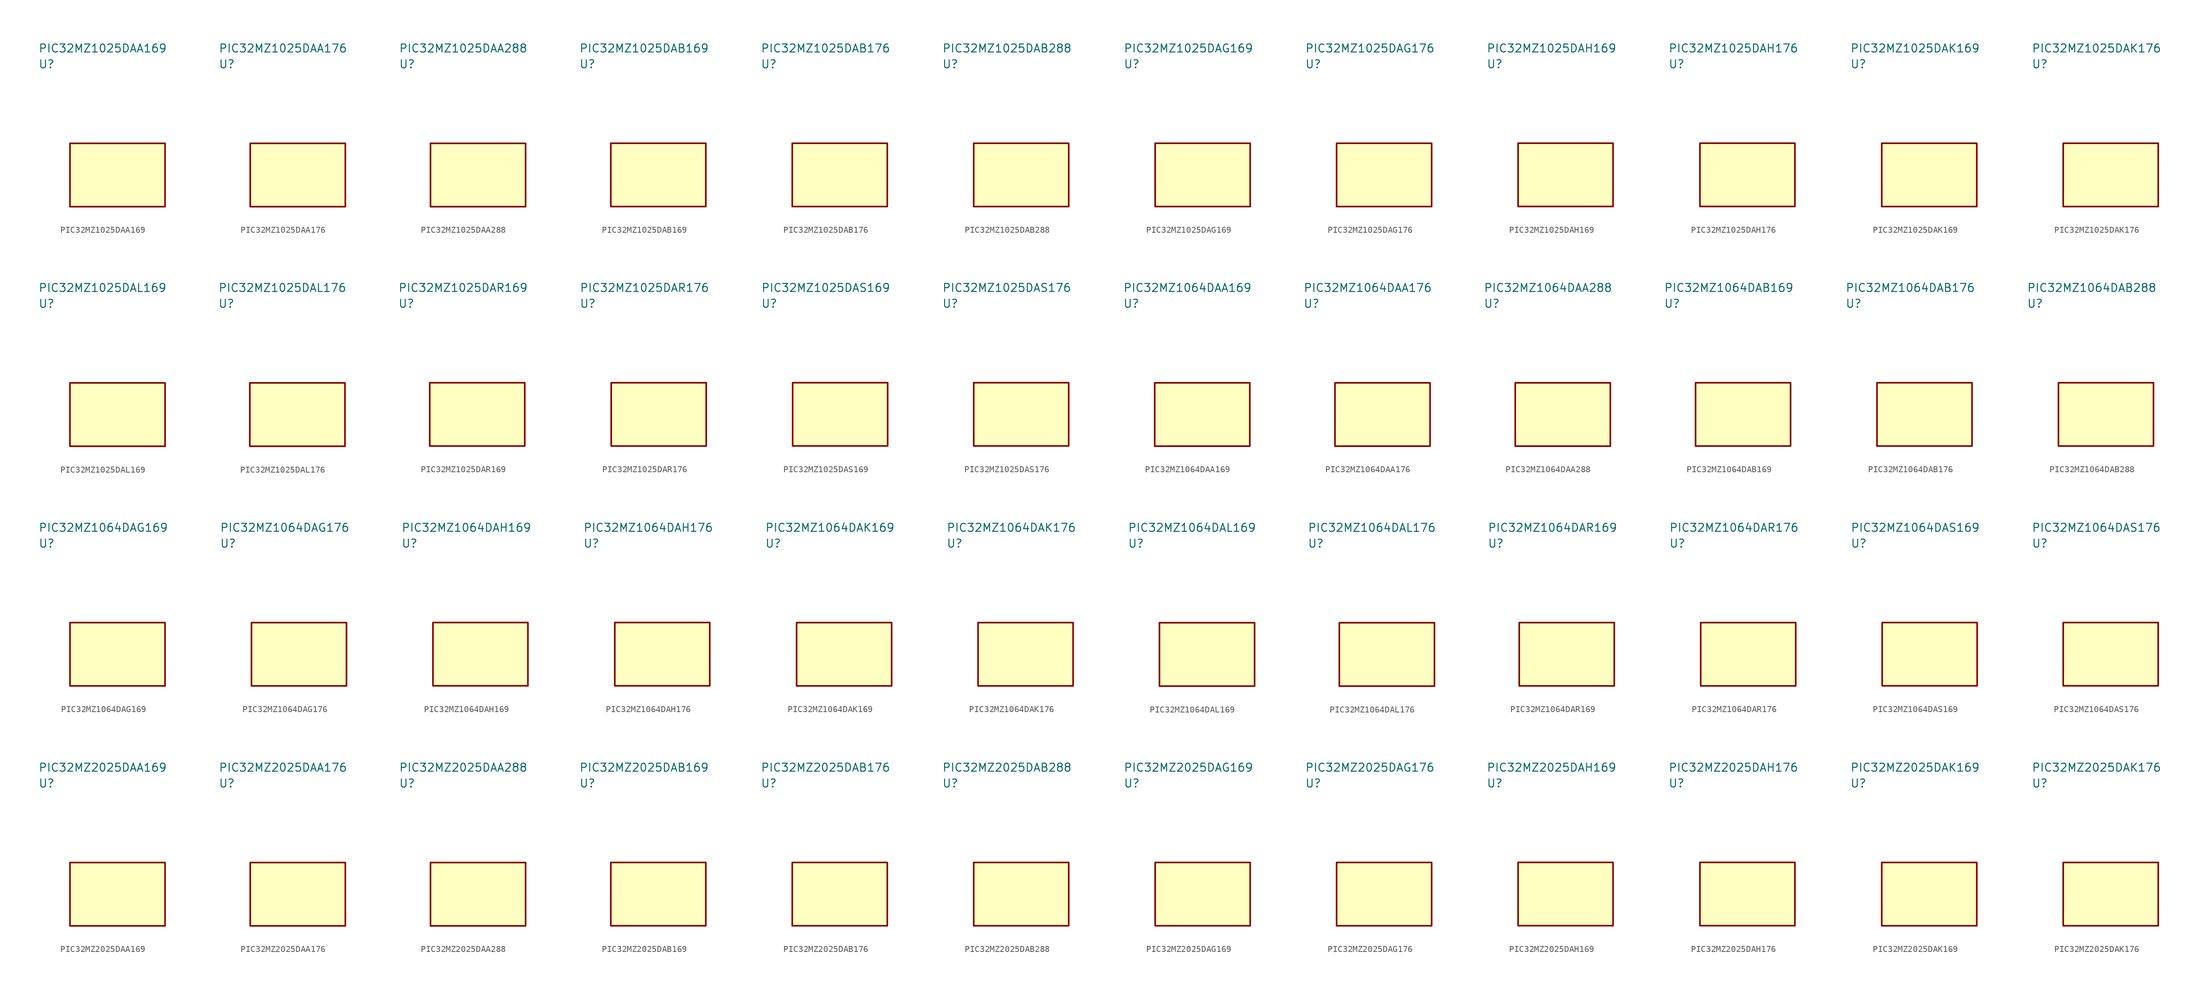
<source format=kicad_sym>
(kicad_symbol_lib
  (version 20241025)
  (generator "kicad_symbol_editor")
  (generator_version "8.0")
  (symbol "PIC32MZ1025DAA169"
    (property "Reference" "U"
      (at -12.5 17.5 0)
      (effects (font (size 1.27 1.27)) (justify left)))
    (property "Value" "PIC32MZ1025DAA169"
      (at -12.5 20.0 0)
      (effects (font (size 1.27 1.27)) (justify left)))
    (symbol "PIC32MZ1025DAA169_0_1"
      (rectangle (start -7.5 5.0) (end 7.5 -5.0) (stroke (width 0.254) (type default)) (fill (type background))))
    (symbol "PIC32MZ1025DAA169_1_1"))
  (symbol "PIC32MZ1025DAA176"
    (property "Reference" "U"
      (at -12.5 17.5 0)
      (effects (font (size 1.27 1.27)) (justify left)))
    (property "Value" "PIC32MZ1025DAA176"
      (at -12.5 20.0 0)
      (effects (font (size 1.27 1.27)) (justify left)))
    (symbol "PIC32MZ1025DAA176_0_1"
      (rectangle (start -7.5 5.0) (end 7.5 -5.0) (stroke (width 0.254) (type default)) (fill (type background))))
    (symbol "PIC32MZ1025DAA176_1_1"))
  (symbol "PIC32MZ1025DAA288"
    (property "Reference" "U"
      (at -12.5 17.5 0)
      (effects (font (size 1.27 1.27)) (justify left)))
    (property "Value" "PIC32MZ1025DAA288"
      (at -12.5 20.0 0)
      (effects (font (size 1.27 1.27)) (justify left)))
    (symbol "PIC32MZ1025DAA288_0_1"
      (rectangle (start -7.5 5.0) (end 7.5 -5.0) (stroke (width 0.254) (type default)) (fill (type background))))
    (symbol "PIC32MZ1025DAA288_1_1"))
  (symbol "PIC32MZ1025DAB169"
    (property "Reference" "U"
      (at -12.5 17.5 0)
      (effects (font (size 1.27 1.27)) (justify left)))
    (property "Value" "PIC32MZ1025DAB169"
      (at -12.5 20.0 0)
      (effects (font (size 1.27 1.27)) (justify left)))
    (symbol "PIC32MZ1025DAB169_0_1"
      (rectangle (start -7.5 5.0) (end 7.5 -5.0) (stroke (width 0.254) (type default)) (fill (type background))))
    (symbol "PIC32MZ1025DAB169_1_1"))
  (symbol "PIC32MZ1025DAB176"
    (property "Reference" "U"
      (at -12.5 17.5 0)
      (effects (font (size 1.27 1.27)) (justify left)))
    (property "Value" "PIC32MZ1025DAB176"
      (at -12.5 20.0 0)
      (effects (font (size 1.27 1.27)) (justify left)))
    (symbol "PIC32MZ1025DAB176_0_1"
      (rectangle (start -7.5 5.0) (end 7.5 -5.0) (stroke (width 0.254) (type default)) (fill (type background))))
    (symbol "PIC32MZ1025DAB176_1_1"))
  (symbol "PIC32MZ1025DAB288"
    (property "Reference" "U"
      (at -12.5 17.5 0)
      (effects (font (size 1.27 1.27)) (justify left)))
    (property "Value" "PIC32MZ1025DAB288"
      (at -12.5 20.0 0)
      (effects (font (size 1.27 1.27)) (justify left)))
    (symbol "PIC32MZ1025DAB288_0_1"
      (rectangle (start -7.5 5.0) (end 7.5 -5.0) (stroke (width 0.254) (type default)) (fill (type background))))
    (symbol "PIC32MZ1025DAB288_1_1"))
  (symbol "PIC32MZ1025DAG169"
    (property "Reference" "U"
      (at -12.5 17.5 0)
      (effects (font (size 1.27 1.27)) (justify left)))
    (property "Value" "PIC32MZ1025DAG169"
      (at -12.5 20.0 0)
      (effects (font (size 1.27 1.27)) (justify left)))
    (symbol "PIC32MZ1025DAG169_0_1"
      (rectangle (start -7.5 5.0) (end 7.5 -5.0) (stroke (width 0.254) (type default)) (fill (type background))))
    (symbol "PIC32MZ1025DAG169_1_1"))
  (symbol "PIC32MZ1025DAG176"
    (property "Reference" "U"
      (at -12.5 17.5 0)
      (effects (font (size 1.27 1.27)) (justify left)))
    (property "Value" "PIC32MZ1025DAG176"
      (at -12.5 20.0 0)
      (effects (font (size 1.27 1.27)) (justify left)))
    (symbol "PIC32MZ1025DAG176_0_1"
      (rectangle (start -7.5 5.0) (end 7.5 -5.0) (stroke (width 0.254) (type default)) (fill (type background))))
    (symbol "PIC32MZ1025DAG176_1_1"))
  (symbol "PIC32MZ1025DAH169"
    (property "Reference" "U"
      (at -12.5 17.5 0)
      (effects (font (size 1.27 1.27)) (justify left)))
    (property "Value" "PIC32MZ1025DAH169"
      (at -12.5 20.0 0)
      (effects (font (size 1.27 1.27)) (justify left)))
    (symbol "PIC32MZ1025DAH169_0_1"
      (rectangle (start -7.5 5.0) (end 7.5 -5.0) (stroke (width 0.254) (type default)) (fill (type background))))
    (symbol "PIC32MZ1025DAH169_1_1"))
  (symbol "PIC32MZ1025DAH176"
    (property "Reference" "U"
      (at -12.5 17.5 0)
      (effects (font (size 1.27 1.27)) (justify left)))
    (property "Value" "PIC32MZ1025DAH176"
      (at -12.5 20.0 0)
      (effects (font (size 1.27 1.27)) (justify left)))
    (symbol "PIC32MZ1025DAH176_0_1"
      (rectangle (start -7.5 5.0) (end 7.5 -5.0) (stroke (width 0.254) (type default)) (fill (type background))))
    (symbol "PIC32MZ1025DAH176_1_1"))
  (symbol "PIC32MZ1025DAK169"
    (property "Reference" "U"
      (at -12.5 17.5 0)
      (effects (font (size 1.27 1.27)) (justify left)))
    (property "Value" "PIC32MZ1025DAK169"
      (at -12.5 20.0 0)
      (effects (font (size 1.27 1.27)) (justify left)))
    (symbol "PIC32MZ1025DAK169_0_1"
      (rectangle (start -7.5 5.0) (end 7.5 -5.0) (stroke (width 0.254) (type default)) (fill (type background))))
    (symbol "PIC32MZ1025DAK169_1_1"))
  (symbol "PIC32MZ1025DAK176"
    (property "Reference" "U"
      (at -12.5 17.5 0)
      (effects (font (size 1.27 1.27)) (justify left)))
    (property "Value" "PIC32MZ1025DAK176"
      (at -12.5 20.0 0)
      (effects (font (size 1.27 1.27)) (justify left)))
    (symbol "PIC32MZ1025DAK176_0_1"
      (rectangle (start -7.5 5.0) (end 7.5 -5.0) (stroke (width 0.254) (type default)) (fill (type background))))
    (symbol "PIC32MZ1025DAK176_1_1"))
  (symbol "PIC32MZ1025DAL169"
    (property "Reference" "U"
      (at -12.5 17.5 0)
      (effects (font (size 1.27 1.27)) (justify left)))
    (property "Value" "PIC32MZ1025DAL169"
      (at -12.5 20.0 0)
      (effects (font (size 1.27 1.27)) (justify left)))
    (symbol "PIC32MZ1025DAL169_0_1"
      (rectangle (start -7.5 5.0) (end 7.5 -5.0) (stroke (width 0.254) (type default)) (fill (type background))))
    (symbol "PIC32MZ1025DAL169_1_1"))
  (symbol "PIC32MZ1025DAL176"
    (property "Reference" "U"
      (at -12.5 17.5 0)
      (effects (font (size 1.27 1.27)) (justify left)))
    (property "Value" "PIC32MZ1025DAL176"
      (at -12.5 20.0 0)
      (effects (font (size 1.27 1.27)) (justify left)))
    (symbol "PIC32MZ1025DAL176_0_1"
      (rectangle (start -7.5 5.0) (end 7.5 -5.0) (stroke (width 0.254) (type default)) (fill (type background))))
    (symbol "PIC32MZ1025DAL176_1_1"))
  (symbol "PIC32MZ1025DAR169"
    (property "Reference" "U"
      (at -12.5 17.5 0)
      (effects (font (size 1.27 1.27)) (justify left)))
    (property "Value" "PIC32MZ1025DAR169"
      (at -12.5 20.0 0)
      (effects (font (size 1.27 1.27)) (justify left)))
    (symbol "PIC32MZ1025DAR169_0_1"
      (rectangle (start -7.5 5.0) (end 7.5 -5.0) (stroke (width 0.254) (type default)) (fill (type background))))
    (symbol "PIC32MZ1025DAR169_1_1"))
  (symbol "PIC32MZ1025DAR176"
    (property "Reference" "U"
      (at -12.5 17.5 0)
      (effects (font (size 1.27 1.27)) (justify left)))
    (property "Value" "PIC32MZ1025DAR176"
      (at -12.5 20.0 0)
      (effects (font (size 1.27 1.27)) (justify left)))
    (symbol "PIC32MZ1025DAR176_0_1"
      (rectangle (start -7.5 5.0) (end 7.5 -5.0) (stroke (width 0.254) (type default)) (fill (type background))))
    (symbol "PIC32MZ1025DAR176_1_1"))
  (symbol "PIC32MZ1025DAS169"
    (property "Reference" "U"
      (at -12.5 17.5 0)
      (effects (font (size 1.27 1.27)) (justify left)))
    (property "Value" "PIC32MZ1025DAS169"
      (at -12.5 20.0 0)
      (effects (font (size 1.27 1.27)) (justify left)))
    (symbol "PIC32MZ1025DAS169_0_1"
      (rectangle (start -7.5 5.0) (end 7.5 -5.0) (stroke (width 0.254) (type default)) (fill (type background))))
    (symbol "PIC32MZ1025DAS169_1_1"))
  (symbol "PIC32MZ1025DAS176"
    (property "Reference" "U"
      (at -12.5 17.5 0)
      (effects (font (size 1.27 1.27)) (justify left)))
    (property "Value" "PIC32MZ1025DAS176"
      (at -12.5 20.0 0)
      (effects (font (size 1.27 1.27)) (justify left)))
    (symbol "PIC32MZ1025DAS176_0_1"
      (rectangle (start -7.5 5.0) (end 7.5 -5.0) (stroke (width 0.254) (type default)) (fill (type background))))
    (symbol "PIC32MZ1025DAS176_1_1"))
  (symbol "PIC32MZ1064DAA169"
    (property "Reference" "U"
      (at -12.5 17.5 0)
      (effects (font (size 1.27 1.27)) (justify left)))
    (property "Value" "PIC32MZ1064DAA169"
      (at -12.5 20.0 0)
      (effects (font (size 1.27 1.27)) (justify left)))
    (symbol "PIC32MZ1064DAA169_0_1"
      (rectangle (start -7.5 5.0) (end 7.5 -5.0) (stroke (width 0.254) (type default)) (fill (type background))))
    (symbol "PIC32MZ1064DAA169_1_1"))
  (symbol "PIC32MZ1064DAA176"
    (property "Reference" "U"
      (at -12.5 17.5 0)
      (effects (font (size 1.27 1.27)) (justify left)))
    (property "Value" "PIC32MZ1064DAA176"
      (at -12.5 20.0 0)
      (effects (font (size 1.27 1.27)) (justify left)))
    (symbol "PIC32MZ1064DAA176_0_1"
      (rectangle (start -7.5 5.0) (end 7.5 -5.0) (stroke (width 0.254) (type default)) (fill (type background))))
    (symbol "PIC32MZ1064DAA176_1_1"))
  (symbol "PIC32MZ1064DAA288"
    (property "Reference" "U"
      (at -12.5 17.5 0)
      (effects (font (size 1.27 1.27)) (justify left)))
    (property "Value" "PIC32MZ1064DAA288"
      (at -12.5 20.0 0)
      (effects (font (size 1.27 1.27)) (justify left)))
    (symbol "PIC32MZ1064DAA288_0_1"
      (rectangle (start -7.5 5.0) (end 7.5 -5.0) (stroke (width 0.254) (type default)) (fill (type background))))
    (symbol "PIC32MZ1064DAA288_1_1"))
  (symbol "PIC32MZ1064DAB169"
    (property "Reference" "U"
      (at -12.5 17.5 0)
      (effects (font (size 1.27 1.27)) (justify left)))
    (property "Value" "PIC32MZ1064DAB169"
      (at -12.5 20.0 0)
      (effects (font (size 1.27 1.27)) (justify left)))
    (symbol "PIC32MZ1064DAB169_0_1"
      (rectangle (start -7.5 5.0) (end 7.5 -5.0) (stroke (width 0.254) (type default)) (fill (type background))))
    (symbol "PIC32MZ1064DAB169_1_1"))
  (symbol "PIC32MZ1064DAB176"
    (property "Reference" "U"
      (at -12.5 17.5 0)
      (effects (font (size 1.27 1.27)) (justify left)))
    (property "Value" "PIC32MZ1064DAB176"
      (at -12.5 20.0 0)
      (effects (font (size 1.27 1.27)) (justify left)))
    (symbol "PIC32MZ1064DAB176_0_1"
      (rectangle (start -7.5 5.0) (end 7.5 -5.0) (stroke (width 0.254) (type default)) (fill (type background))))
    (symbol "PIC32MZ1064DAB176_1_1"))
  (symbol "PIC32MZ1064DAB288"
    (property "Reference" "U"
      (at -12.5 17.5 0)
      (effects (font (size 1.27 1.27)) (justify left)))
    (property "Value" "PIC32MZ1064DAB288"
      (at -12.5 20.0 0)
      (effects (font (size 1.27 1.27)) (justify left)))
    (symbol "PIC32MZ1064DAB288_0_1"
      (rectangle (start -7.5 5.0) (end 7.5 -5.0) (stroke (width 0.254) (type default)) (fill (type background))))
    (symbol "PIC32MZ1064DAB288_1_1"))
  (symbol "PIC32MZ1064DAG169"
    (property "Reference" "U"
      (at -12.5 17.5 0)
      (effects (font (size 1.27 1.27)) (justify left)))
    (property "Value" "PIC32MZ1064DAG169"
      (at -12.5 20.0 0)
      (effects (font (size 1.27 1.27)) (justify left)))
    (symbol "PIC32MZ1064DAG169_0_1"
      (rectangle (start -7.5 5.0) (end 7.5 -5.0) (stroke (width 0.254) (type default)) (fill (type background))))
    (symbol "PIC32MZ1064DAG169_1_1"))
  (symbol "PIC32MZ1064DAG176"
    (property "Reference" "U"
      (at -12.5 17.5 0)
      (effects (font (size 1.27 1.27)) (justify left)))
    (property "Value" "PIC32MZ1064DAG176"
      (at -12.5 20.0 0)
      (effects (font (size 1.27 1.27)) (justify left)))
    (symbol "PIC32MZ1064DAG176_0_1"
      (rectangle (start -7.5 5.0) (end 7.5 -5.0) (stroke (width 0.254) (type default)) (fill (type background))))
    (symbol "PIC32MZ1064DAG176_1_1"))
  (symbol "PIC32MZ1064DAH169"
    (property "Reference" "U"
      (at -12.5 17.5 0)
      (effects (font (size 1.27 1.27)) (justify left)))
    (property "Value" "PIC32MZ1064DAH169"
      (at -12.5 20.0 0)
      (effects (font (size 1.27 1.27)) (justify left)))
    (symbol "PIC32MZ1064DAH169_0_1"
      (rectangle (start -7.5 5.0) (end 7.5 -5.0) (stroke (width 0.254) (type default)) (fill (type background))))
    (symbol "PIC32MZ1064DAH169_1_1"))
  (symbol "PIC32MZ1064DAH176"
    (property "Reference" "U"
      (at -12.5 17.5 0)
      (effects (font (size 1.27 1.27)) (justify left)))
    (property "Value" "PIC32MZ1064DAH176"
      (at -12.5 20.0 0)
      (effects (font (size 1.27 1.27)) (justify left)))
    (symbol "PIC32MZ1064DAH176_0_1"
      (rectangle (start -7.5 5.0) (end 7.5 -5.0) (stroke (width 0.254) (type default)) (fill (type background))))
    (symbol "PIC32MZ1064DAH176_1_1"))
  (symbol "PIC32MZ1064DAK169"
    (property "Reference" "U"
      (at -12.5 17.5 0)
      (effects (font (size 1.27 1.27)) (justify left)))
    (property "Value" "PIC32MZ1064DAK169"
      (at -12.5 20.0 0)
      (effects (font (size 1.27 1.27)) (justify left)))
    (symbol "PIC32MZ1064DAK169_0_1"
      (rectangle (start -7.5 5.0) (end 7.5 -5.0) (stroke (width 0.254) (type default)) (fill (type background))))
    (symbol "PIC32MZ1064DAK169_1_1"))
  (symbol "PIC32MZ1064DAK176"
    (property "Reference" "U"
      (at -12.5 17.5 0)
      (effects (font (size 1.27 1.27)) (justify left)))
    (property "Value" "PIC32MZ1064DAK176"
      (at -12.5 20.0 0)
      (effects (font (size 1.27 1.27)) (justify left)))
    (symbol "PIC32MZ1064DAK176_0_1"
      (rectangle (start -7.5 5.0) (end 7.5 -5.0) (stroke (width 0.254) (type default)) (fill (type background))))
    (symbol "PIC32MZ1064DAK176_1_1"))
  (symbol "PIC32MZ1064DAL169"
    (property "Reference" "U"
      (at -12.5 17.5 0)
      (effects (font (size 1.27 1.27)) (justify left)))
    (property "Value" "PIC32MZ1064DAL169"
      (at -12.5 20.0 0)
      (effects (font (size 1.27 1.27)) (justify left)))
    (symbol "PIC32MZ1064DAL169_0_1"
      (rectangle (start -7.5 5.0) (end 7.5 -5.0) (stroke (width 0.254) (type default)) (fill (type background))))
    (symbol "PIC32MZ1064DAL169_1_1"))
  (symbol "PIC32MZ1064DAL176"
    (property "Reference" "U"
      (at -12.5 17.5 0)
      (effects (font (size 1.27 1.27)) (justify left)))
    (property "Value" "PIC32MZ1064DAL176"
      (at -12.5 20.0 0)
      (effects (font (size 1.27 1.27)) (justify left)))
    (symbol "PIC32MZ1064DAL176_0_1"
      (rectangle (start -7.5 5.0) (end 7.5 -5.0) (stroke (width 0.254) (type default)) (fill (type background))))
    (symbol "PIC32MZ1064DAL176_1_1"))
  (symbol "PIC32MZ1064DAR169"
    (property "Reference" "U"
      (at -12.5 17.5 0)
      (effects (font (size 1.27 1.27)) (justify left)))
    (property "Value" "PIC32MZ1064DAR169"
      (at -12.5 20.0 0)
      (effects (font (size 1.27 1.27)) (justify left)))
    (symbol "PIC32MZ1064DAR169_0_1"
      (rectangle (start -7.5 5.0) (end 7.5 -5.0) (stroke (width 0.254) (type default)) (fill (type background))))
    (symbol "PIC32MZ1064DAR169_1_1"))
  (symbol "PIC32MZ1064DAR176"
    (property "Reference" "U"
      (at -12.5 17.5 0)
      (effects (font (size 1.27 1.27)) (justify left)))
    (property "Value" "PIC32MZ1064DAR176"
      (at -12.5 20.0 0)
      (effects (font (size 1.27 1.27)) (justify left)))
    (symbol "PIC32MZ1064DAR176_0_1"
      (rectangle (start -7.5 5.0) (end 7.5 -5.0) (stroke (width 0.254) (type default)) (fill (type background))))
    (symbol "PIC32MZ1064DAR176_1_1"))
  (symbol "PIC32MZ1064DAS169"
    (property "Reference" "U"
      (at -12.5 17.5 0)
      (effects (font (size 1.27 1.27)) (justify left)))
    (property "Value" "PIC32MZ1064DAS169"
      (at -12.5 20.0 0)
      (effects (font (size 1.27 1.27)) (justify left)))
    (symbol "PIC32MZ1064DAS169_0_1"
      (rectangle (start -7.5 5.0) (end 7.5 -5.0) (stroke (width 0.254) (type default)) (fill (type background))))
    (symbol "PIC32MZ1064DAS169_1_1"))
  (symbol "PIC32MZ1064DAS176"
    (property "Reference" "U"
      (at -12.5 17.5 0)
      (effects (font (size 1.27 1.27)) (justify left)))
    (property "Value" "PIC32MZ1064DAS176"
      (at -12.5 20.0 0)
      (effects (font (size 1.27 1.27)) (justify left)))
    (symbol "PIC32MZ1064DAS176_0_1"
      (rectangle (start -7.5 5.0) (end 7.5 -5.0) (stroke (width 0.254) (type default)) (fill (type background))))
    (symbol "PIC32MZ1064DAS176_1_1"))
  (symbol "PIC32MZ2025DAA169"
    (property "Reference" "U"
      (at -12.5 17.5 0)
      (effects (font (size 1.27 1.27)) (justify left)))
    (property "Value" "PIC32MZ2025DAA169"
      (at -12.5 20.0 0)
      (effects (font (size 1.27 1.27)) (justify left)))
    (symbol "PIC32MZ2025DAA169_0_1"
      (rectangle (start -7.5 5.0) (end 7.5 -5.0) (stroke (width 0.254) (type default)) (fill (type background))))
    (symbol "PIC32MZ2025DAA169_1_1"))
  (symbol "PIC32MZ2025DAA176"
    (property "Reference" "U"
      (at -12.5 17.5 0)
      (effects (font (size 1.27 1.27)) (justify left)))
    (property "Value" "PIC32MZ2025DAA176"
      (at -12.5 20.0 0)
      (effects (font (size 1.27 1.27)) (justify left)))
    (symbol "PIC32MZ2025DAA176_0_1"
      (rectangle (start -7.5 5.0) (end 7.5 -5.0) (stroke (width 0.254) (type default)) (fill (type background))))
    (symbol "PIC32MZ2025DAA176_1_1"))
  (symbol "PIC32MZ2025DAA288"
    (property "Reference" "U"
      (at -12.5 17.5 0)
      (effects (font (size 1.27 1.27)) (justify left)))
    (property "Value" "PIC32MZ2025DAA288"
      (at -12.5 20.0 0)
      (effects (font (size 1.27 1.27)) (justify left)))
    (symbol "PIC32MZ2025DAA288_0_1"
      (rectangle (start -7.5 5.0) (end 7.5 -5.0) (stroke (width 0.254) (type default)) (fill (type background))))
    (symbol "PIC32MZ2025DAA288_1_1"))
  (symbol "PIC32MZ2025DAB169"
    (property "Reference" "U"
      (at -12.5 17.5 0)
      (effects (font (size 1.27 1.27)) (justify left)))
    (property "Value" "PIC32MZ2025DAB169"
      (at -12.5 20.0 0)
      (effects (font (size 1.27 1.27)) (justify left)))
    (symbol "PIC32MZ2025DAB169_0_1"
      (rectangle (start -7.5 5.0) (end 7.5 -5.0) (stroke (width 0.254) (type default)) (fill (type background))))
    (symbol "PIC32MZ2025DAB169_1_1"))
  (symbol "PIC32MZ2025DAB176"
    (property "Reference" "U"
      (at -12.5 17.5 0)
      (effects (font (size 1.27 1.27)) (justify left)))
    (property "Value" "PIC32MZ2025DAB176"
      (at -12.5 20.0 0)
      (effects (font (size 1.27 1.27)) (justify left)))
    (symbol "PIC32MZ2025DAB176_0_1"
      (rectangle (start -7.5 5.0) (end 7.5 -5.0) (stroke (width 0.254) (type default)) (fill (type background))))
    (symbol "PIC32MZ2025DAB176_1_1"))
  (symbol "PIC32MZ2025DAB288"
    (property "Reference" "U"
      (at -12.5 17.5 0)
      (effects (font (size 1.27 1.27)) (justify left)))
    (property "Value" "PIC32MZ2025DAB288"
      (at -12.5 20.0 0)
      (effects (font (size 1.27 1.27)) (justify left)))
    (symbol "PIC32MZ2025DAB288_0_1"
      (rectangle (start -7.5 5.0) (end 7.5 -5.0) (stroke (width 0.254) (type default)) (fill (type background))))
    (symbol "PIC32MZ2025DAB288_1_1"))
  (symbol "PIC32MZ2025DAG169"
    (property "Reference" "U"
      (at -12.5 17.5 0)
      (effects (font (size 1.27 1.27)) (justify left)))
    (property "Value" "PIC32MZ2025DAG169"
      (at -12.5 20.0 0)
      (effects (font (size 1.27 1.27)) (justify left)))
    (symbol "PIC32MZ2025DAG169_0_1"
      (rectangle (start -7.5 5.0) (end 7.5 -5.0) (stroke (width 0.254) (type default)) (fill (type background))))
    (symbol "PIC32MZ2025DAG169_1_1"))
  (symbol "PIC32MZ2025DAG176"
    (property "Reference" "U"
      (at -12.5 17.5 0)
      (effects (font (size 1.27 1.27)) (justify left)))
    (property "Value" "PIC32MZ2025DAG176"
      (at -12.5 20.0 0)
      (effects (font (size 1.27 1.27)) (justify left)))
    (symbol "PIC32MZ2025DAG176_0_1"
      (rectangle (start -7.5 5.0) (end 7.5 -5.0) (stroke (width 0.254) (type default)) (fill (type background))))
    (symbol "PIC32MZ2025DAG176_1_1"))
  (symbol "PIC32MZ2025DAH169"
    (property "Reference" "U"
      (at -12.5 17.5 0)
      (effects (font (size 1.27 1.27)) (justify left)))
    (property "Value" "PIC32MZ2025DAH169"
      (at -12.5 20.0 0)
      (effects (font (size 1.27 1.27)) (justify left)))
    (symbol "PIC32MZ2025DAH169_0_1"
      (rectangle (start -7.5 5.0) (end 7.5 -5.0) (stroke (width 0.254) (type default)) (fill (type background))))
    (symbol "PIC32MZ2025DAH169_1_1"))
  (symbol "PIC32MZ2025DAH176"
    (property "Reference" "U"
      (at -12.5 17.5 0)
      (effects (font (size 1.27 1.27)) (justify left)))
    (property "Value" "PIC32MZ2025DAH176"
      (at -12.5 20.0 0)
      (effects (font (size 1.27 1.27)) (justify left)))
    (symbol "PIC32MZ2025DAH176_0_1"
      (rectangle (start -7.5 5.0) (end 7.5 -5.0) (stroke (width 0.254) (type default)) (fill (type background))))
    (symbol "PIC32MZ2025DAH176_1_1"))
  (symbol "PIC32MZ2025DAK169"
    (property "Reference" "U"
      (at -12.5 17.5 0)
      (effects (font (size 1.27 1.27)) (justify left)))
    (property "Value" "PIC32MZ2025DAK169"
      (at -12.5 20.0 0)
      (effects (font (size 1.27 1.27)) (justify left)))
    (symbol "PIC32MZ2025DAK169_0_1"
      (rectangle (start -7.5 5.0) (end 7.5 -5.0) (stroke (width 0.254) (type default)) (fill (type background))))
    (symbol "PIC32MZ2025DAK169_1_1"))
  (symbol "PIC32MZ2025DAK176"
    (property "Reference" "U"
      (at -12.5 17.5 0)
      (effects (font (size 1.27 1.27)) (justify left)))
    (property "Value" "PIC32MZ2025DAK176"
      (at -12.5 20.0 0)
      (effects (font (size 1.27 1.27)) (justify left)))
    (symbol "PIC32MZ2025DAK176_0_1"
      (rectangle (start -7.5 5.0) (end 7.5 -5.0) (stroke (width 0.254) (type default)) (fill (type background))))
    (symbol "PIC32MZ2025DAK176_1_1")))
</source>
